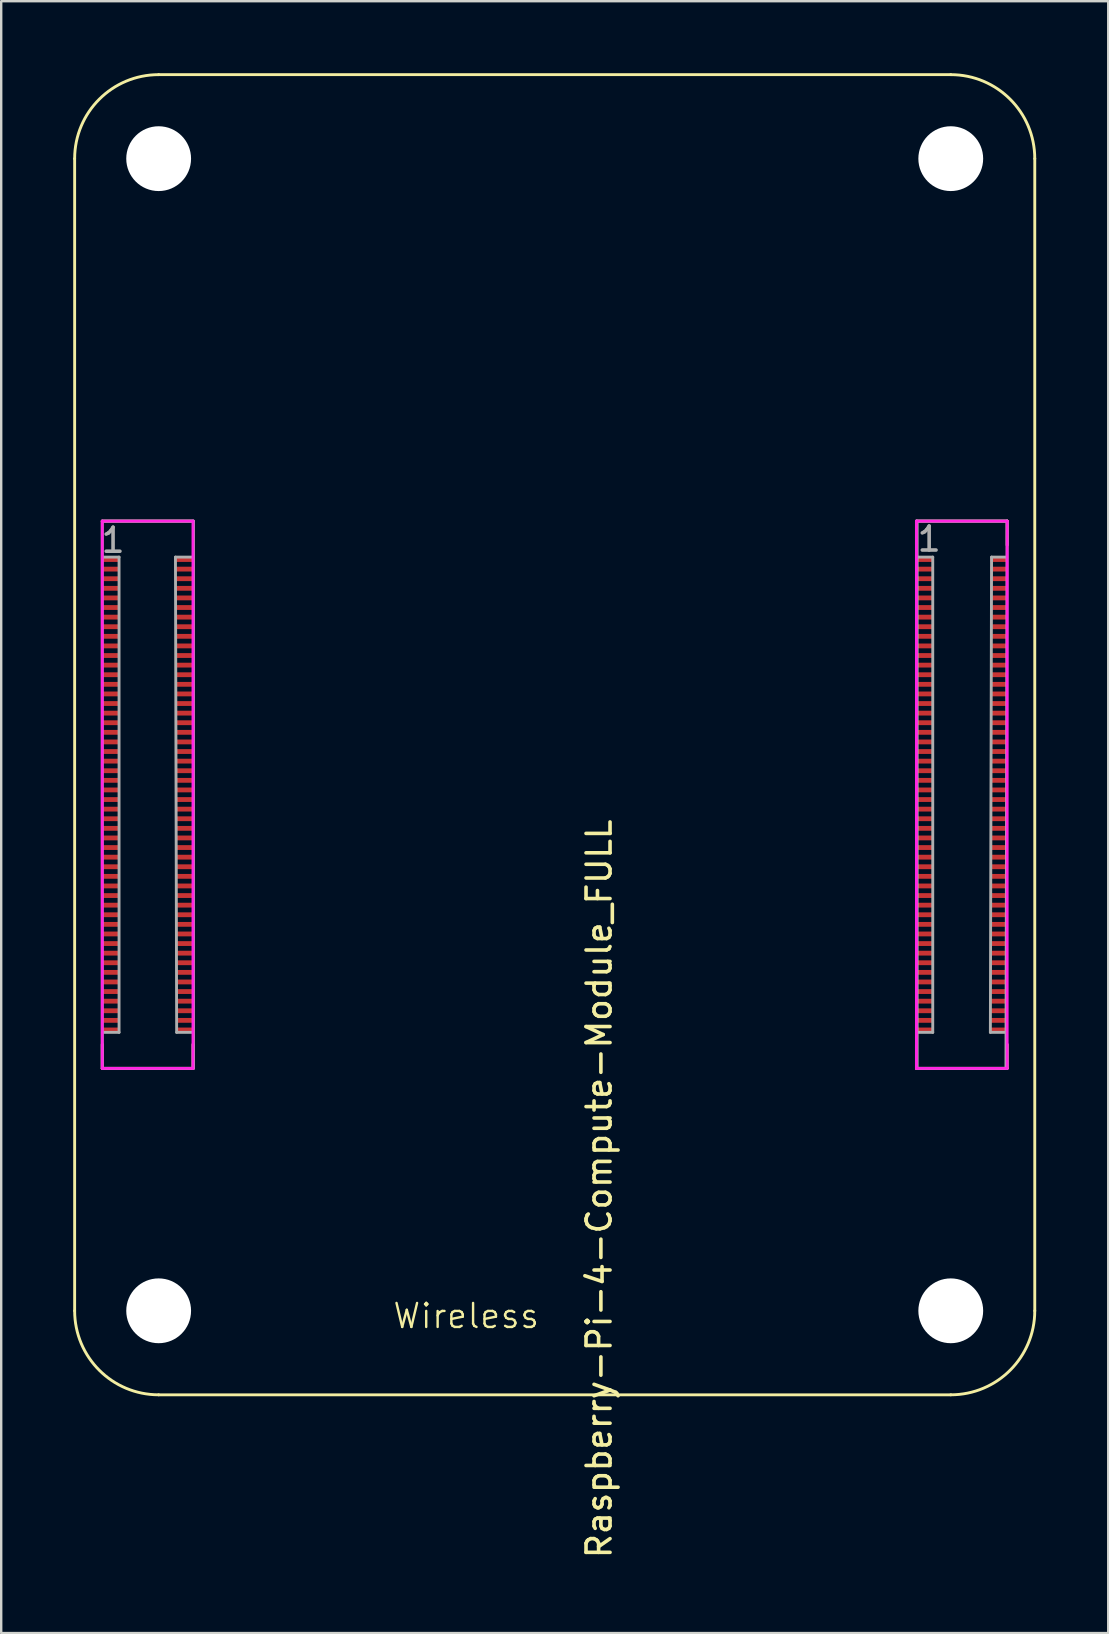
<source format=kicad_pcb>
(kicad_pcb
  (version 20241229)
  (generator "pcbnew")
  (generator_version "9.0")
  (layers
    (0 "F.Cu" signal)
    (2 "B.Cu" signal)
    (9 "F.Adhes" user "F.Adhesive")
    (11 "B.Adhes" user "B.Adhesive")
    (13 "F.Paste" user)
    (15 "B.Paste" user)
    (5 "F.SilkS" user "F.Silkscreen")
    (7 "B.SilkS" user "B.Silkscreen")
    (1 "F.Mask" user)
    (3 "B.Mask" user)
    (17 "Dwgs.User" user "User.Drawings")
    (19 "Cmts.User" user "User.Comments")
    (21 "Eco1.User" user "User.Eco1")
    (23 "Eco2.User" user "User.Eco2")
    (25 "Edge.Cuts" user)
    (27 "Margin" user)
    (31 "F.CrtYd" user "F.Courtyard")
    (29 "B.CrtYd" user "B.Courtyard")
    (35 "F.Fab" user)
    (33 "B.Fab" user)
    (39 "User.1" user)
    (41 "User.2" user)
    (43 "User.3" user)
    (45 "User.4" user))
  (footprint "Raspberry-Pi-4-Compute-Module_FULL"
    (layer "F.Cu")
    (at 20.06 27.56)
    (property "Reference" "Raspberry-Pi-4-Compute-Module_FULL" (at 1.85 18.92 270) (layer "F.SilkS") (effects (font (size 1 1) (thickness 0.15))))
    (attr smd)
    (fp_line (start -20 -24) (end -20 24) (stroke (width 0.12) (type solid)) (layer "F.SilkS"))
    (fp_line (start -18.85 -8.9) (end -15.07 -8.9) (stroke (width 0.12) (type solid)) (layer "F.SilkS"))
    (fp_line (start -18.85 13.9) (end -18.85 12.9) (stroke (width 0.12) (type solid)) (layer "F.SilkS"))
    (fp_line (start -18.85 13.9) (end -15.07 13.9) (stroke (width 0.12) (type solid)) (layer "F.SilkS"))
    (fp_line (start -16.5 27.5) (end 16.5 27.5) (stroke (width 0.12) (type solid)) (layer "F.SilkS"))
    (fp_line (start -15.07 13.9) (end -15.07 12.9) (stroke (width 0.12) (type solid)) (layer "F.SilkS"))
    (fp_line (start 15.07 -8.9) (end 15.07 -7.9) (stroke (width 0.12) (type solid)) (layer "F.SilkS"))
    (fp_line (start 15.07 -8.9) (end 18.85 -8.9) (stroke (width 0.12) (type solid)) (layer "F.SilkS"))
    (fp_line (start 15.07 13.9) (end 15.07 12.9) (stroke (width 0.12) (type solid)) (layer "F.SilkS"))
    (fp_line (start 15.07 13.9) (end 18.85 13.9) (stroke (width 0.12) (type solid)) (layer "F.SilkS"))
    (fp_line (start 16.5 -27.5) (end -16.5 -27.5) (stroke (width 0.12) (type solid)) (layer "F.SilkS"))
    (fp_line (start 18.85 -8.9) (end 18.85 -7.9) (stroke (width 0.12) (type solid)) (layer "F.SilkS"))
    (fp_line (start 18.85 13.9) (end 18.85 12.9) (stroke (width 0.12) (type solid)) (layer "F.SilkS"))
    (fp_line (start 20 24) (end 20 -24) (stroke (width 0.12) (type solid)) (layer "F.SilkS"))
    (fp_arc (start -20 -24) (mid -18.974874 -26.474874) (end -16.5 -27.5) (stroke (width 0.12) (type solid)) (layer "F.SilkS"))
    (fp_arc (start -16.5 27.5) (mid -18.974874 26.474874) (end -20 24) (stroke (width 0.12) (type solid)) (layer "F.SilkS"))
    (fp_arc (start 16.5 -27.5) (mid 18.974874 -26.474874) (end 20 -24) (stroke (width 0.12) (type solid)) (layer "F.SilkS"))
    (fp_arc (start 20 24) (mid 18.974874 26.474874) (end 16.5 27.5) (stroke (width 0.12) (type solid)) (layer "F.SilkS"))
    (fp_line (start -18.85 -8.9) (end -15.07 -8.9) (stroke (width 0.12) (type solid)) (layer "F.CrtYd"))
    (fp_line (start -18.85 13.9) (end -18.85 -8.9) (stroke (width 0.12) (type solid)) (layer "F.CrtYd"))
    (fp_line (start -15.07 -8.9) (end -15.07 13.9) (stroke (width 0.12) (type solid)) (layer "F.CrtYd"))
    (fp_line (start -15.07 13.9) (end -18.85 13.9) (stroke (width 0.12) (type solid)) (layer "F.CrtYd"))
    (fp_line (start 15.07 -8.9) (end 18.85 -8.9) (stroke (width 0.12) (type solid)) (layer "F.CrtYd"))
    (fp_line (start 15.07 13.9) (end 15.07 -8.9) (stroke (width 0.12) (type solid)) (layer "F.CrtYd"))
    (fp_line (start 18.85 -8.9) (end 18.85 13.9) (stroke (width 0.12) (type solid)) (layer "F.CrtYd"))
    (fp_line (start 18.85 13.9) (end 15.07 13.9) (stroke (width 0.12) (type solid)) (layer "F.CrtYd"))
    (fp_line (start -18.85 -8.9) (end -15.05 -8.9) (stroke (width 0.12) (type solid)) (layer "F.Fab"))
    (fp_line (start -18.85 13.9) (end -18.85 -8.9) (stroke (width 0.12) (type solid)) (layer "F.Fab"))
    (fp_line (start -18.8 -7.4) (end -18.15 -7.4) (stroke (width 0.12) (type solid)) (layer "F.Fab"))
    (fp_line (start -18.15 -7.4) (end -18.15 12.4) (stroke (width 0.12) (type solid)) (layer "F.Fab"))
    (fp_line (start -18.15 12.4) (end -18.8 12.4) (stroke (width 0.12) (type solid)) (layer "F.Fab"))
    (fp_line (start -15.8 -7.4) (end -15.1 -7.4) (stroke (width 0.12) (type solid)) (layer "F.Fab"))
    (fp_line (start -15.75 12.4) (end -15.8 -7.4) (stroke (width 0.12) (type solid)) (layer "F.Fab"))
    (fp_line (start -15.1 12.4) (end -15.75 12.4) (stroke (width 0.12) (type solid)) (layer "F.Fab"))
    (fp_line (start -15.05 -8.9) (end -15.05 13.9) (stroke (width 0.12) (type solid)) (layer "F.Fab"))
    (fp_line (start -15.05 13.9) (end -18.85 13.9) (stroke (width 0.12) (type solid)) (layer "F.Fab"))
    (fp_line (start 15.1 -8.9) (end 18.85 -8.9) (stroke (width 0.12) (type solid)) (layer "F.Fab"))
    (fp_line (start 15.1 13.9) (end 15.1 -8.9) (stroke (width 0.12) (type solid)) (layer "F.Fab"))
    (fp_line (start 15.15 -7.4) (end 15.75 -7.4) (stroke (width 0.12) (type solid)) (layer "F.Fab"))
    (fp_line (start 15.75 -7.4) (end 15.75 12.4) (stroke (width 0.12) (type solid)) (layer "F.Fab"))
    (fp_line (start 15.75 12.4) (end 15.15 12.4) (stroke (width 0.12) (type solid)) (layer "F.Fab"))
    (fp_line (start 18.15 12.4) (end 18.2 -7.4) (stroke (width 0.12) (type solid)) (layer "F.Fab"))
    (fp_line (start 18.2 -7.4) (end 18.8 -7.4) (stroke (width 0.12) (type solid)) (layer "F.Fab"))
    (fp_line (start 18.75 12.4) (end 18.15 12.4) (stroke (width 0.12) (type solid)) (layer "F.Fab"))
    (fp_line (start 18.8 13.9) (end 15.1 13.9) (stroke (width 0.12) (type solid)) (layer "F.Fab"))
    (fp_line (start 18.85 -8.9) (end 18.8 13.9) (stroke (width 0.12) (type solid)) (layer "F.Fab"))
    (fp_text user "Wireless" (at -6.8 24.8 0) (unlocked yes) (layer "F.SilkS") (effects (font (size 1 1) (thickness 0.1)) (justify left bottom)))
    (fp_text user "1" (at -18.4 -8.1 180) (layer "F.Fab") (effects (font (size 1 1) (thickness 0.15))))
    (fp_text user "1" (at 15.6 -8.15 180) (layer "F.Fab") (effects (font (size 1 1) (thickness 0.15))))
    (pad "" np_thru_hole circle (at -16.5 -24) (size 2.7 2.7) (drill 2.7) (layers "*.Cu" "*.Mask"))
    (pad "" np_thru_hole circle (at -16.5 24) (size 2.7 2.7) (drill 2.7) (layers "*.Cu" "*.Mask"))
    (pad "" np_thru_hole circle (at 16.5 -24) (size 2.7 2.7) (drill 2.7) (layers "*.Cu" "*.Mask"))
    (pad "" np_thru_hole circle (at 16.5 24) (size 2.7 2.7) (drill 2.7) (layers "*.Cu" "*.Mask"))
    (pad "1" smd rect (at -18.5 -7.3 270) (size 0.2 0.7) (layers "F.Cu" "F.Mask" "F.Paste"))
    (pad "2" smd rect (at -15.42 -7.3 270) (size 0.2 0.7) (layers "F.Cu" "F.Mask" "F.Paste"))
    (pad "3" smd rect (at -18.5 -6.9 270) (size 0.2 0.7) (layers "F.Cu" "F.Mask" "F.Paste"))
    (pad "4" smd rect (at -15.42 -6.9 270) (size 0.2 0.7) (layers "F.Cu" "F.Mask" "F.Paste"))
    (pad "5" smd rect (at -18.5 -6.5 270) (size 0.2 0.7) (layers "F.Cu" "F.Mask" "F.Paste"))
    (pad "6" smd rect (at -15.42 -6.5 270) (size 0.2 0.7) (layers "F.Cu" "F.Mask" "F.Paste"))
    (pad "7" smd rect (at -18.5 -6.1 270) (size 0.2 0.7) (layers "F.Cu" "F.Mask" "F.Paste"))
    (pad "8" smd rect (at -15.42 -6.1 270) (size 0.2 0.7) (layers "F.Cu" "F.Mask" "F.Paste"))
    (pad "9" smd rect (at -18.5 -5.7 270) (size 0.2 0.7) (layers "F.Cu" "F.Mask" "F.Paste"))
    (pad "10" smd rect (at -15.42 -5.7 270) (size 0.2 0.7) (layers "F.Cu" "F.Mask" "F.Paste"))
    (pad "11" smd rect (at -18.5 -5.3 270) (size 0.2 0.7) (layers "F.Cu" "F.Mask" "F.Paste"))
    (pad "12" smd rect (at -15.42 -5.3 270) (size 0.2 0.7) (layers "F.Cu" "F.Mask" "F.Paste"))
    (pad "13" smd rect (at -18.5 -4.9 270) (size 0.2 0.7) (layers "F.Cu" "F.Mask" "F.Paste"))
    (pad "14" smd rect (at -15.42 -4.9 270) (size 0.2 0.7) (layers "F.Cu" "F.Mask" "F.Paste"))
    (pad "15" smd rect (at -18.5 -4.5 270) (size 0.2 0.7) (layers "F.Cu" "F.Mask" "F.Paste"))
    (pad "16" smd rect (at -15.42 -4.5 270) (size 0.2 0.7) (layers "F.Cu" "F.Mask" "F.Paste"))
    (pad "17" smd rect (at -18.5 -4.1 270) (size 0.2 0.7) (layers "F.Cu" "F.Mask" "F.Paste"))
    (pad "18" smd rect (at -15.42 -4.1 270) (size 0.2 0.7) (layers "F.Cu" "F.Mask" "F.Paste"))
    (pad "19" smd rect (at -18.5 -3.7 270) (size 0.2 0.7) (layers "F.Cu" "F.Mask" "F.Paste"))
    (pad "20" smd rect (at -15.42 -3.7 270) (size 0.2 0.7) (layers "F.Cu" "F.Mask" "F.Paste"))
    (pad "21" smd rect (at -18.5 -3.3 270) (size 0.2 0.7) (layers "F.Cu" "F.Mask" "F.Paste"))
    (pad "22" smd rect (at -15.42 -3.3 270) (size 0.2 0.7) (layers "F.Cu" "F.Mask" "F.Paste"))
    (pad "23" smd rect (at -18.5 -2.9 270) (size 0.2 0.7) (layers "F.Cu" "F.Mask" "F.Paste"))
    (pad "24" smd rect (at -15.42 -2.9 270) (size 0.2 0.7) (layers "F.Cu" "F.Mask" "F.Paste"))
    (pad "25" smd rect (at -18.5 -2.5 270) (size 0.2 0.7) (layers "F.Cu" "F.Mask" "F.Paste"))
    (pad "26" smd rect (at -15.42 -2.5 270) (size 0.2 0.7) (layers "F.Cu" "F.Mask" "F.Paste"))
    (pad "27" smd rect (at -18.5 -2.1 270) (size 0.2 0.7) (layers "F.Cu" "F.Mask" "F.Paste"))
    (pad "28" smd rect (at -15.42 -2.1 270) (size 0.2 0.7) (layers "F.Cu" "F.Mask" "F.Paste"))
    (pad "29" smd rect (at -18.5 -1.7 270) (size 0.2 0.7) (layers "F.Cu" "F.Mask" "F.Paste"))
    (pad "30" smd rect (at -15.42 -1.7 270) (size 0.2 0.7) (layers "F.Cu" "F.Mask" "F.Paste"))
    (pad "31" smd rect (at -18.5 -1.3 270) (size 0.2 0.7) (layers "F.Cu" "F.Mask" "F.Paste"))
    (pad "32" smd rect (at -15.42 -1.3 270) (size 0.2 0.7) (layers "F.Cu" "F.Mask" "F.Paste"))
    (pad "33" smd rect (at -18.5 -0.9 270) (size 0.2 0.7) (layers "F.Cu" "F.Mask" "F.Paste"))
    (pad "34" smd rect (at -15.42 -0.9 270) (size 0.2 0.7) (layers "F.Cu" "F.Mask" "F.Paste"))
    (pad "35" smd rect (at -18.5 -0.5 270) (size 0.2 0.7) (layers "F.Cu" "F.Mask" "F.Paste"))
    (pad "36" smd rect (at -15.42 -0.5 270) (size 0.2 0.7) (layers "F.Cu" "F.Mask" "F.Paste"))
    (pad "37" smd rect (at -18.5 -0.1 270) (size 0.2 0.7) (layers "F.Cu" "F.Mask" "F.Paste"))
    (pad "38" smd rect (at -15.42 -0.1 270) (size 0.2 0.7) (layers "F.Cu" "F.Mask" "F.Paste"))
    (pad "39" smd rect (at -18.5 0.3 270) (size 0.2 0.7) (layers "F.Cu" "F.Mask" "F.Paste"))
    (pad "40" smd rect (at -15.42 0.3 270) (size 0.2 0.7) (layers "F.Cu" "F.Mask" "F.Paste"))
    (pad "41" smd rect (at -18.5 0.7 270) (size 0.2 0.7) (layers "F.Cu" "F.Mask" "F.Paste"))
    (pad "42" smd rect (at -15.42 0.7 270) (size 0.2 0.7) (layers "F.Cu" "F.Mask" "F.Paste"))
    (pad "43" smd rect (at -18.5 1.1 270) (size 0.2 0.7) (layers "F.Cu" "F.Mask" "F.Paste"))
    (pad "44" smd rect (at -15.42 1.1 270) (size 0.2 0.7) (layers "F.Cu" "F.Mask" "F.Paste"))
    (pad "45" smd rect (at -18.5 1.5 270) (size 0.2 0.7) (layers "F.Cu" "F.Mask" "F.Paste"))
    (pad "46" smd rect (at -15.42 1.5 270) (size 0.2 0.7) (layers "F.Cu" "F.Mask" "F.Paste"))
    (pad "47" smd rect (at -18.5 1.9 270) (size 0.2 0.7) (layers "F.Cu" "F.Mask" "F.Paste"))
    (pad "48" smd rect (at -15.42 1.9 270) (size 0.2 0.7) (layers "F.Cu" "F.Mask" "F.Paste"))
    (pad "49" smd rect (at -18.5 2.3 270) (size 0.2 0.7) (layers "F.Cu" "F.Mask" "F.Paste"))
    (pad "50" smd rect (at -15.42 2.3 270) (size 0.2 0.7) (layers "F.Cu" "F.Mask" "F.Paste"))
    (pad "51" smd rect (at -18.5 2.7 270) (size 0.2 0.7) (layers "F.Cu" "F.Mask" "F.Paste"))
    (pad "52" smd rect (at -15.42 2.7 270) (size 0.2 0.7) (layers "F.Cu" "F.Mask" "F.Paste"))
    (pad "53" smd rect (at -18.5 3.1 270) (size 0.2 0.7) (layers "F.Cu" "F.Mask" "F.Paste"))
    (pad "54" smd rect (at -15.42 3.1 270) (size 0.2 0.7) (layers "F.Cu" "F.Mask" "F.Paste"))
    (pad "55" smd rect (at -18.5 3.5 270) (size 0.2 0.7) (layers "F.Cu" "F.Mask" "F.Paste"))
    (pad "56" smd rect (at -15.42 3.5 270) (size 0.2 0.7) (layers "F.Cu" "F.Mask" "F.Paste"))
    (pad "57" smd rect (at -18.5 3.9 270) (size 0.2 0.7) (layers "F.Cu" "F.Mask" "F.Paste"))
    (pad "58" smd rect (at -15.42 3.9 270) (size 0.2 0.7) (layers "F.Cu" "F.Mask" "F.Paste"))
    (pad "59" smd rect (at -18.5 4.3 270) (size 0.2 0.7) (layers "F.Cu" "F.Mask" "F.Paste"))
    (pad "60" smd rect (at -15.42 4.3 270) (size 0.2 0.7) (layers "F.Cu" "F.Mask" "F.Paste"))
    (pad "61" smd rect (at -18.5 4.7 270) (size 0.2 0.7) (layers "F.Cu" "F.Mask" "F.Paste"))
    (pad "62" smd rect (at -15.42 4.7 270) (size 0.2 0.7) (layers "F.Cu" "F.Mask" "F.Paste"))
    (pad "63" smd rect (at -18.5 5.1 270) (size 0.2 0.7) (layers "F.Cu" "F.Mask" "F.Paste"))
    (pad "64" smd rect (at -15.42 5.1 270) (size 0.2 0.7) (layers "F.Cu" "F.Mask" "F.Paste"))
    (pad "65" smd rect (at -18.5 5.5 270) (size 0.2 0.7) (layers "F.Cu" "F.Mask" "F.Paste"))
    (pad "66" smd rect (at -15.42 5.5 270) (size 0.2 0.7) (layers "F.Cu" "F.Mask" "F.Paste"))
    (pad "67" smd rect (at -18.5 5.9 270) (size 0.2 0.7) (layers "F.Cu" "F.Mask" "F.Paste"))
    (pad "68" smd rect (at -15.42 5.9 270) (size 0.2 0.7) (layers "F.Cu" "F.Mask" "F.Paste"))
    (pad "69" smd rect (at -18.5 6.3 270) (size 0.2 0.7) (layers "F.Cu" "F.Mask" "F.Paste"))
    (pad "70" smd rect (at -15.42 6.3 270) (size 0.2 0.7) (layers "F.Cu" "F.Mask" "F.Paste"))
    (pad "71" smd rect (at -18.5 6.7 270) (size 0.2 0.7) (layers "F.Cu" "F.Mask" "F.Paste"))
    (pad "72" smd rect (at -15.42 6.7 270) (size 0.2 0.7) (layers "F.Cu" "F.Mask" "F.Paste"))
    (pad "73" smd rect (at -18.5 7.1 270) (size 0.2 0.7) (layers "F.Cu" "F.Mask" "F.Paste"))
    (pad "74" smd rect (at -15.42 7.1 270) (size 0.2 0.7) (layers "F.Cu" "F.Mask" "F.Paste"))
    (pad "75" smd rect (at -18.5 7.5 270) (size 0.2 0.7) (layers "F.Cu" "F.Mask" "F.Paste"))
    (pad "76" smd rect (at -15.42 7.5 270) (size 0.2 0.7) (layers "F.Cu" "F.Mask" "F.Paste"))
    (pad "77" smd rect (at -18.5 7.9 270) (size 0.2 0.7) (layers "F.Cu" "F.Mask" "F.Paste"))
    (pad "78" smd rect (at -15.42 7.9 270) (size 0.2 0.7) (layers "F.Cu" "F.Mask" "F.Paste"))
    (pad "79" smd rect (at -18.5 8.3 270) (size 0.2 0.7) (layers "F.Cu" "F.Mask" "F.Paste"))
    (pad "80" smd rect (at -15.42 8.3 270) (size 0.2 0.7) (layers "F.Cu" "F.Mask" "F.Paste"))
    (pad "81" smd rect (at -18.5 8.7 270) (size 0.2 0.7) (layers "F.Cu" "F.Mask" "F.Paste"))
    (pad "82" smd rect (at -15.42 8.7 270) (size 0.2 0.7) (layers "F.Cu" "F.Mask" "F.Paste"))
    (pad "83" smd rect (at -18.5 9.1 270) (size 0.2 0.7) (layers "F.Cu" "F.Mask" "F.Paste"))
    (pad "84" smd rect (at -15.42 9.1 270) (size 0.2 0.7) (layers "F.Cu" "F.Mask" "F.Paste"))
    (pad "85" smd rect (at -18.5 9.5 270) (size 0.2 0.7) (layers "F.Cu" "F.Mask" "F.Paste"))
    (pad "86" smd rect (at -15.42 9.5 270) (size 0.2 0.7) (layers "F.Cu" "F.Mask" "F.Paste"))
    (pad "87" smd rect (at -18.5 9.9 270) (size 0.2 0.7) (layers "F.Cu" "F.Mask" "F.Paste"))
    (pad "88" smd rect (at -15.42 9.9 270) (size 0.2 0.7) (layers "F.Cu" "F.Mask" "F.Paste"))
    (pad "89" smd rect (at -18.5 10.3 270) (size 0.2 0.7) (layers "F.Cu" "F.Mask" "F.Paste"))
    (pad "90" smd rect (at -15.42 10.3 270) (size 0.2 0.7) (layers "F.Cu" "F.Mask" "F.Paste"))
    (pad "91" smd rect (at -18.5 10.7 270) (size 0.2 0.7) (layers "F.Cu" "F.Mask" "F.Paste"))
    (pad "92" smd rect (at -15.42 10.7 270) (size 0.2 0.7) (layers "F.Cu" "F.Mask" "F.Paste"))
    (pad "93" smd rect (at -18.5 11.1 270) (size 0.2 0.7) (layers "F.Cu" "F.Mask" "F.Paste"))
    (pad "94" smd rect (at -15.42 11.1 270) (size 0.2 0.7) (layers "F.Cu" "F.Mask" "F.Paste"))
    (pad "95" smd rect (at -18.5 11.5 270) (size 0.2 0.7) (layers "F.Cu" "F.Mask" "F.Paste"))
    (pad "96" smd rect (at -15.42 11.5 270) (size 0.2 0.7) (layers "F.Cu" "F.Mask" "F.Paste"))
    (pad "97" smd rect (at -18.5 11.9 270) (size 0.2 0.7) (layers "F.Cu" "F.Mask" "F.Paste"))
    (pad "98" smd rect (at -15.42 11.9 270) (size 0.2 0.7) (layers "F.Cu" "F.Mask" "F.Paste"))
    (pad "99" smd rect (at -18.5 12.3 270) (size 0.2 0.7) (layers "F.Cu" "F.Mask" "F.Paste"))
    (pad "100" smd rect (at -15.42 12.3 270) (size 0.2 0.7) (layers "F.Cu" "F.Mask" "F.Paste"))
    (pad "101" smd rect (at 15.42 -7.3 270) (size 0.2 0.7) (layers "F.Cu" "F.Mask" "F.Paste"))
    (pad "102" smd rect (at 18.5 -7.3 270) (size 0.2 0.7) (layers "F.Cu" "F.Mask" "F.Paste"))
    (pad "103" smd rect (at 15.42 -6.9 270) (size 0.2 0.7) (layers "F.Cu" "F.Mask" "F.Paste"))
    (pad "104" smd rect (at 18.5 -6.9 270) (size 0.2 0.7) (layers "F.Cu" "F.Mask" "F.Paste"))
    (pad "105" smd rect (at 15.42 -6.5 270) (size 0.2 0.7) (layers "F.Cu" "F.Mask" "F.Paste"))
    (pad "106" smd rect (at 18.5 -6.5 270) (size 0.2 0.7) (layers "F.Cu" "F.Mask" "F.Paste"))
    (pad "107" smd rect (at 15.42 -6.1 270) (size 0.2 0.7) (layers "F.Cu" "F.Mask" "F.Paste"))
    (pad "108" smd rect (at 18.5 -6.1 270) (size 0.2 0.7) (layers "F.Cu" "F.Mask" "F.Paste"))
    (pad "109" smd rect (at 15.42 -5.7 270) (size 0.2 0.7) (layers "F.Cu" "F.Mask" "F.Paste"))
    (pad "110" smd rect (at 18.5 -5.7 270) (size 0.2 0.7) (layers "F.Cu" "F.Mask" "F.Paste"))
    (pad "111" smd rect (at 15.42 -5.3 270) (size 0.2 0.7) (layers "F.Cu" "F.Mask" "F.Paste"))
    (pad "112" smd rect (at 18.5 -5.3 270) (size 0.2 0.7) (layers "F.Cu" "F.Mask" "F.Paste"))
    (pad "113" smd rect (at 15.42 -4.9 270) (size 0.2 0.7) (layers "F.Cu" "F.Mask" "F.Paste"))
    (pad "114" smd rect (at 18.5 -4.9 270) (size 0.2 0.7) (layers "F.Cu" "F.Mask" "F.Paste"))
    (pad "115" smd rect (at 15.42 -4.5 270) (size 0.2 0.7) (layers "F.Cu" "F.Mask" "F.Paste"))
    (pad "116" smd rect (at 18.5 -4.5 270) (size 0.2 0.7) (layers "F.Cu" "F.Mask" "F.Paste"))
    (pad "117" smd rect (at 15.42 -4.1 270) (size 0.2 0.7) (layers "F.Cu" "F.Mask" "F.Paste"))
    (pad "118" smd rect (at 18.5 -4.1 270) (size 0.2 0.7) (layers "F.Cu" "F.Mask" "F.Paste"))
    (pad "119" smd rect (at 15.42 -3.7 270) (size 0.2 0.7) (layers "F.Cu" "F.Mask" "F.Paste"))
    (pad "120" smd rect (at 18.5 -3.7 270) (size 0.2 0.7) (layers "F.Cu" "F.Mask" "F.Paste"))
    (pad "121" smd rect (at 15.42 -3.3 270) (size 0.2 0.7) (layers "F.Cu" "F.Mask" "F.Paste"))
    (pad "122" smd rect (at 18.5 -3.3 270) (size 0.2 0.7) (layers "F.Cu" "F.Mask" "F.Paste"))
    (pad "123" smd rect (at 15.42 -2.9 270) (size 0.2 0.7) (layers "F.Cu" "F.Mask" "F.Paste"))
    (pad "124" smd rect (at 18.5 -2.9 270) (size 0.2 0.7) (layers "F.Cu" "F.Mask" "F.Paste"))
    (pad "125" smd rect (at 15.42 -2.5 270) (size 0.2 0.7) (layers "F.Cu" "F.Mask" "F.Paste"))
    (pad "126" smd rect (at 18.5 -2.5 270) (size 0.2 0.7) (layers "F.Cu" "F.Mask" "F.Paste"))
    (pad "127" smd rect (at 15.42 -2.1 270) (size 0.2 0.7) (layers "F.Cu" "F.Mask" "F.Paste"))
    (pad "128" smd rect (at 18.5 -2.1 270) (size 0.2 0.7) (layers "F.Cu" "F.Mask" "F.Paste"))
    (pad "129" smd rect (at 15.42 -1.7 270) (size 0.2 0.7) (layers "F.Cu" "F.Mask" "F.Paste"))
    (pad "130" smd rect (at 18.5 -1.7 270) (size 0.2 0.7) (layers "F.Cu" "F.Mask" "F.Paste"))
    (pad "131" smd rect (at 15.42 -1.3 270) (size 0.2 0.7) (layers "F.Cu" "F.Mask" "F.Paste"))
    (pad "132" smd rect (at 18.5 -1.3 270) (size 0.2 0.7) (layers "F.Cu" "F.Mask" "F.Paste"))
    (pad "133" smd rect (at 15.42 -0.9 270) (size 0.2 0.7) (layers "F.Cu" "F.Mask" "F.Paste"))
    (pad "134" smd rect (at 18.5 -0.9 270) (size 0.2 0.7) (layers "F.Cu" "F.Mask" "F.Paste"))
    (pad "135" smd rect (at 15.42 -0.5 270) (size 0.2 0.7) (layers "F.Cu" "F.Mask" "F.Paste"))
    (pad "136" smd rect (at 18.5 -0.5 270) (size 0.2 0.7) (layers "F.Cu" "F.Mask" "F.Paste"))
    (pad "137" smd rect (at 15.42 -0.1 270) (size 0.2 0.7) (layers "F.Cu" "F.Mask" "F.Paste"))
    (pad "138" smd rect (at 18.5 -0.1 270) (size 0.2 0.7) (layers "F.Cu" "F.Mask" "F.Paste"))
    (pad "139" smd rect (at 15.42 0.3 270) (size 0.2 0.7) (layers "F.Cu" "F.Mask" "F.Paste"))
    (pad "140" smd rect (at 18.5 0.3 270) (size 0.2 0.7) (layers "F.Cu" "F.Mask" "F.Paste"))
    (pad "141" smd rect (at 15.42 0.7 270) (size 0.2 0.7) (layers "F.Cu" "F.Mask" "F.Paste"))
    (pad "142" smd rect (at 18.5 0.7 270) (size 0.2 0.7) (layers "F.Cu" "F.Mask" "F.Paste"))
    (pad "143" smd rect (at 15.42 1.1 270) (size 0.2 0.7) (layers "F.Cu" "F.Mask" "F.Paste"))
    (pad "144" smd rect (at 18.5 1.1 270) (size 0.2 0.7) (layers "F.Cu" "F.Mask" "F.Paste"))
    (pad "145" smd rect (at 15.42 1.5 270) (size 0.2 0.7) (layers "F.Cu" "F.Mask" "F.Paste"))
    (pad "146" smd rect (at 18.5 1.5 270) (size 0.2 0.7) (layers "F.Cu" "F.Mask" "F.Paste"))
    (pad "147" smd rect (at 15.42 1.9 270) (size 0.2 0.7) (layers "F.Cu" "F.Mask" "F.Paste"))
    (pad "148" smd rect (at 18.5 1.9 270) (size 0.2 0.7) (layers "F.Cu" "F.Mask" "F.Paste"))
    (pad "149" smd rect (at 15.42 2.3 270) (size 0.2 0.7) (layers "F.Cu" "F.Mask" "F.Paste"))
    (pad "150" smd rect (at 18.5 2.3 270) (size 0.2 0.7) (layers "F.Cu" "F.Mask" "F.Paste"))
    (pad "151" smd rect (at 15.42 2.7 270) (size 0.2 0.7) (layers "F.Cu" "F.Mask" "F.Paste"))
    (pad "152" smd rect (at 18.5 2.7 270) (size 0.2 0.7) (layers "F.Cu" "F.Mask" "F.Paste"))
    (pad "153" smd rect (at 15.42 3.1 270) (size 0.2 0.7) (layers "F.Cu" "F.Mask" "F.Paste"))
    (pad "154" smd rect (at 18.5 3.1 270) (size 0.2 0.7) (layers "F.Cu" "F.Mask" "F.Paste"))
    (pad "155" smd rect (at 15.42 3.5 270) (size 0.2 0.7) (layers "F.Cu" "F.Mask" "F.Paste"))
    (pad "156" smd rect (at 18.5 3.5 270) (size 0.2 0.7) (layers "F.Cu" "F.Mask" "F.Paste"))
    (pad "157" smd rect (at 15.42 3.9 270) (size 0.2 0.7) (layers "F.Cu" "F.Mask" "F.Paste"))
    (pad "158" smd rect (at 18.5 3.9 270) (size 0.2 0.7) (layers "F.Cu" "F.Mask" "F.Paste"))
    (pad "159" smd rect (at 15.42 4.3 270) (size 0.2 0.7) (layers "F.Cu" "F.Mask" "F.Paste"))
    (pad "160" smd rect (at 18.5 4.3 270) (size 0.2 0.7) (layers "F.Cu" "F.Mask" "F.Paste"))
    (pad "161" smd rect (at 15.42 4.7 270) (size 0.2 0.7) (layers "F.Cu" "F.Mask" "F.Paste"))
    (pad "162" smd rect (at 18.5 4.7 270) (size 0.2 0.7) (layers "F.Cu" "F.Mask" "F.Paste"))
    (pad "163" smd rect (at 15.42 5.1 270) (size 0.2 0.7) (layers "F.Cu" "F.Mask" "F.Paste"))
    (pad "164" smd rect (at 18.5 5.1 270) (size 0.2 0.7) (layers "F.Cu" "F.Mask" "F.Paste"))
    (pad "165" smd rect (at 15.42 5.5 270) (size 0.2 0.7) (layers "F.Cu" "F.Mask" "F.Paste"))
    (pad "166" smd rect (at 18.5 5.5 270) (size 0.2 0.7) (layers "F.Cu" "F.Mask" "F.Paste"))
    (pad "167" smd rect (at 15.42 5.9 270) (size 0.2 0.7) (layers "F.Cu" "F.Mask" "F.Paste"))
    (pad "168" smd rect (at 18.5 5.9 270) (size 0.2 0.7) (layers "F.Cu" "F.Mask" "F.Paste"))
    (pad "169" smd rect (at 15.42 6.3 270) (size 0.2 0.7) (layers "F.Cu" "F.Mask" "F.Paste"))
    (pad "170" smd rect (at 18.5 6.3 270) (size 0.2 0.7) (layers "F.Cu" "F.Mask" "F.Paste"))
    (pad "171" smd rect (at 15.42 6.7 270) (size 0.2 0.7) (layers "F.Cu" "F.Mask" "F.Paste"))
    (pad "172" smd rect (at 18.5 6.7 270) (size 0.2 0.7) (layers "F.Cu" "F.Mask" "F.Paste"))
    (pad "173" smd rect (at 15.42 7.1 270) (size 0.2 0.7) (layers "F.Cu" "F.Mask" "F.Paste"))
    (pad "174" smd rect (at 18.5 7.1 270) (size 0.2 0.7) (layers "F.Cu" "F.Mask" "F.Paste"))
    (pad "175" smd rect (at 15.42 7.5 270) (size 0.2 0.7) (layers "F.Cu" "F.Mask" "F.Paste"))
    (pad "176" smd rect (at 18.5 7.5 270) (size 0.2 0.7) (layers "F.Cu" "F.Mask" "F.Paste"))
    (pad "177" smd rect (at 15.42 7.9 270) (size 0.2 0.7) (layers "F.Cu" "F.Mask" "F.Paste"))
    (pad "178" smd rect (at 18.5 7.9 270) (size 0.2 0.7) (layers "F.Cu" "F.Mask" "F.Paste"))
    (pad "179" smd rect (at 15.42 8.3 270) (size 0.2 0.7) (layers "F.Cu" "F.Mask" "F.Paste"))
    (pad "180" smd rect (at 18.5 8.3 270) (size 0.2 0.7) (layers "F.Cu" "F.Mask" "F.Paste"))
    (pad "181" smd rect (at 15.42 8.7 270) (size 0.2 0.7) (layers "F.Cu" "F.Mask" "F.Paste"))
    (pad "182" smd rect (at 18.5 8.7 270) (size 0.2 0.7) (layers "F.Cu" "F.Mask" "F.Paste"))
    (pad "183" smd rect (at 15.42 9.1 270) (size 0.2 0.7) (layers "F.Cu" "F.Mask" "F.Paste"))
    (pad "184" smd rect (at 18.5 9.1 270) (size 0.2 0.7) (layers "F.Cu" "F.Mask" "F.Paste"))
    (pad "185" smd rect (at 15.42 9.5 270) (size 0.2 0.7) (layers "F.Cu" "F.Mask" "F.Paste"))
    (pad "186" smd rect (at 18.5 9.5 270) (size 0.2 0.7) (layers "F.Cu" "F.Mask" "F.Paste"))
    (pad "187" smd rect (at 15.42 9.9 270) (size 0.2 0.7) (layers "F.Cu" "F.Mask" "F.Paste"))
    (pad "188" smd rect (at 18.5 9.9 270) (size 0.2 0.7) (layers "F.Cu" "F.Mask" "F.Paste"))
    (pad "189" smd rect (at 15.42 10.3 270) (size 0.2 0.7) (layers "F.Cu" "F.Mask" "F.Paste"))
    (pad "190" smd rect (at 18.5 10.3 270) (size 0.2 0.7) (layers "F.Cu" "F.Mask" "F.Paste"))
    (pad "191" smd rect (at 15.42 10.7 270) (size 0.2 0.7) (layers "F.Cu" "F.Mask" "F.Paste"))
    (pad "192" smd rect (at 18.5 10.7 270) (size 0.2 0.7) (layers "F.Cu" "F.Mask" "F.Paste"))
    (pad "193" smd rect (at 15.42 11.1 270) (size 0.2 0.7) (layers "F.Cu" "F.Mask" "F.Paste"))
    (pad "194" smd rect (at 18.5 11.1 270) (size 0.2 0.7) (layers "F.Cu" "F.Mask" "F.Paste"))
    (pad "195" smd rect (at 15.42 11.5 270) (size 0.2 0.7) (layers "F.Cu" "F.Mask" "F.Paste"))
    (pad "196" smd rect (at 18.5 11.5 270) (size 0.2 0.7) (layers "F.Cu" "F.Mask" "F.Paste"))
    (pad "197" smd rect (at 15.42 11.9 270) (size 0.2 0.7) (layers "F.Cu" "F.Mask" "F.Paste"))
    (pad "198" smd rect (at 18.5 11.9 270) (size 0.2 0.7) (layers "F.Cu" "F.Mask" "F.Paste"))
    (pad "199" smd rect (at 15.42 12.3 270) (size 0.2 0.7) (layers "F.Cu" "F.Mask" "F.Paste"))
    (pad "200" smd rect (at 18.5 12.3 270) (size 0.2 0.7) (layers "F.Cu" "F.Mask" "F.Paste"))
    (zone (net_name "") (layers "F.Cu" "B.Cu") (hatch edge 0.5) (connect_pads) (min_thickness 0.25) (filled_areas_thickness no) (keepout (tracks not_allowed) (vias not_allowed) (pads not_allowed) (copperpour not_allowed) (footprints not_allowed)) (placement (enabled no)) (fill) (polygon (pts (xy 21.56 55.06) (xy 21.56 48.56) (xy 10.56 48.56) (xy 10.56 55.06)))))
  (gr_rect
    (start -3 -3)
    (end 43.12 64.986)
    (stroke (width 0.1) (type default))
    (fill no)
    (layer "Edge.Cuts")))
</source>
